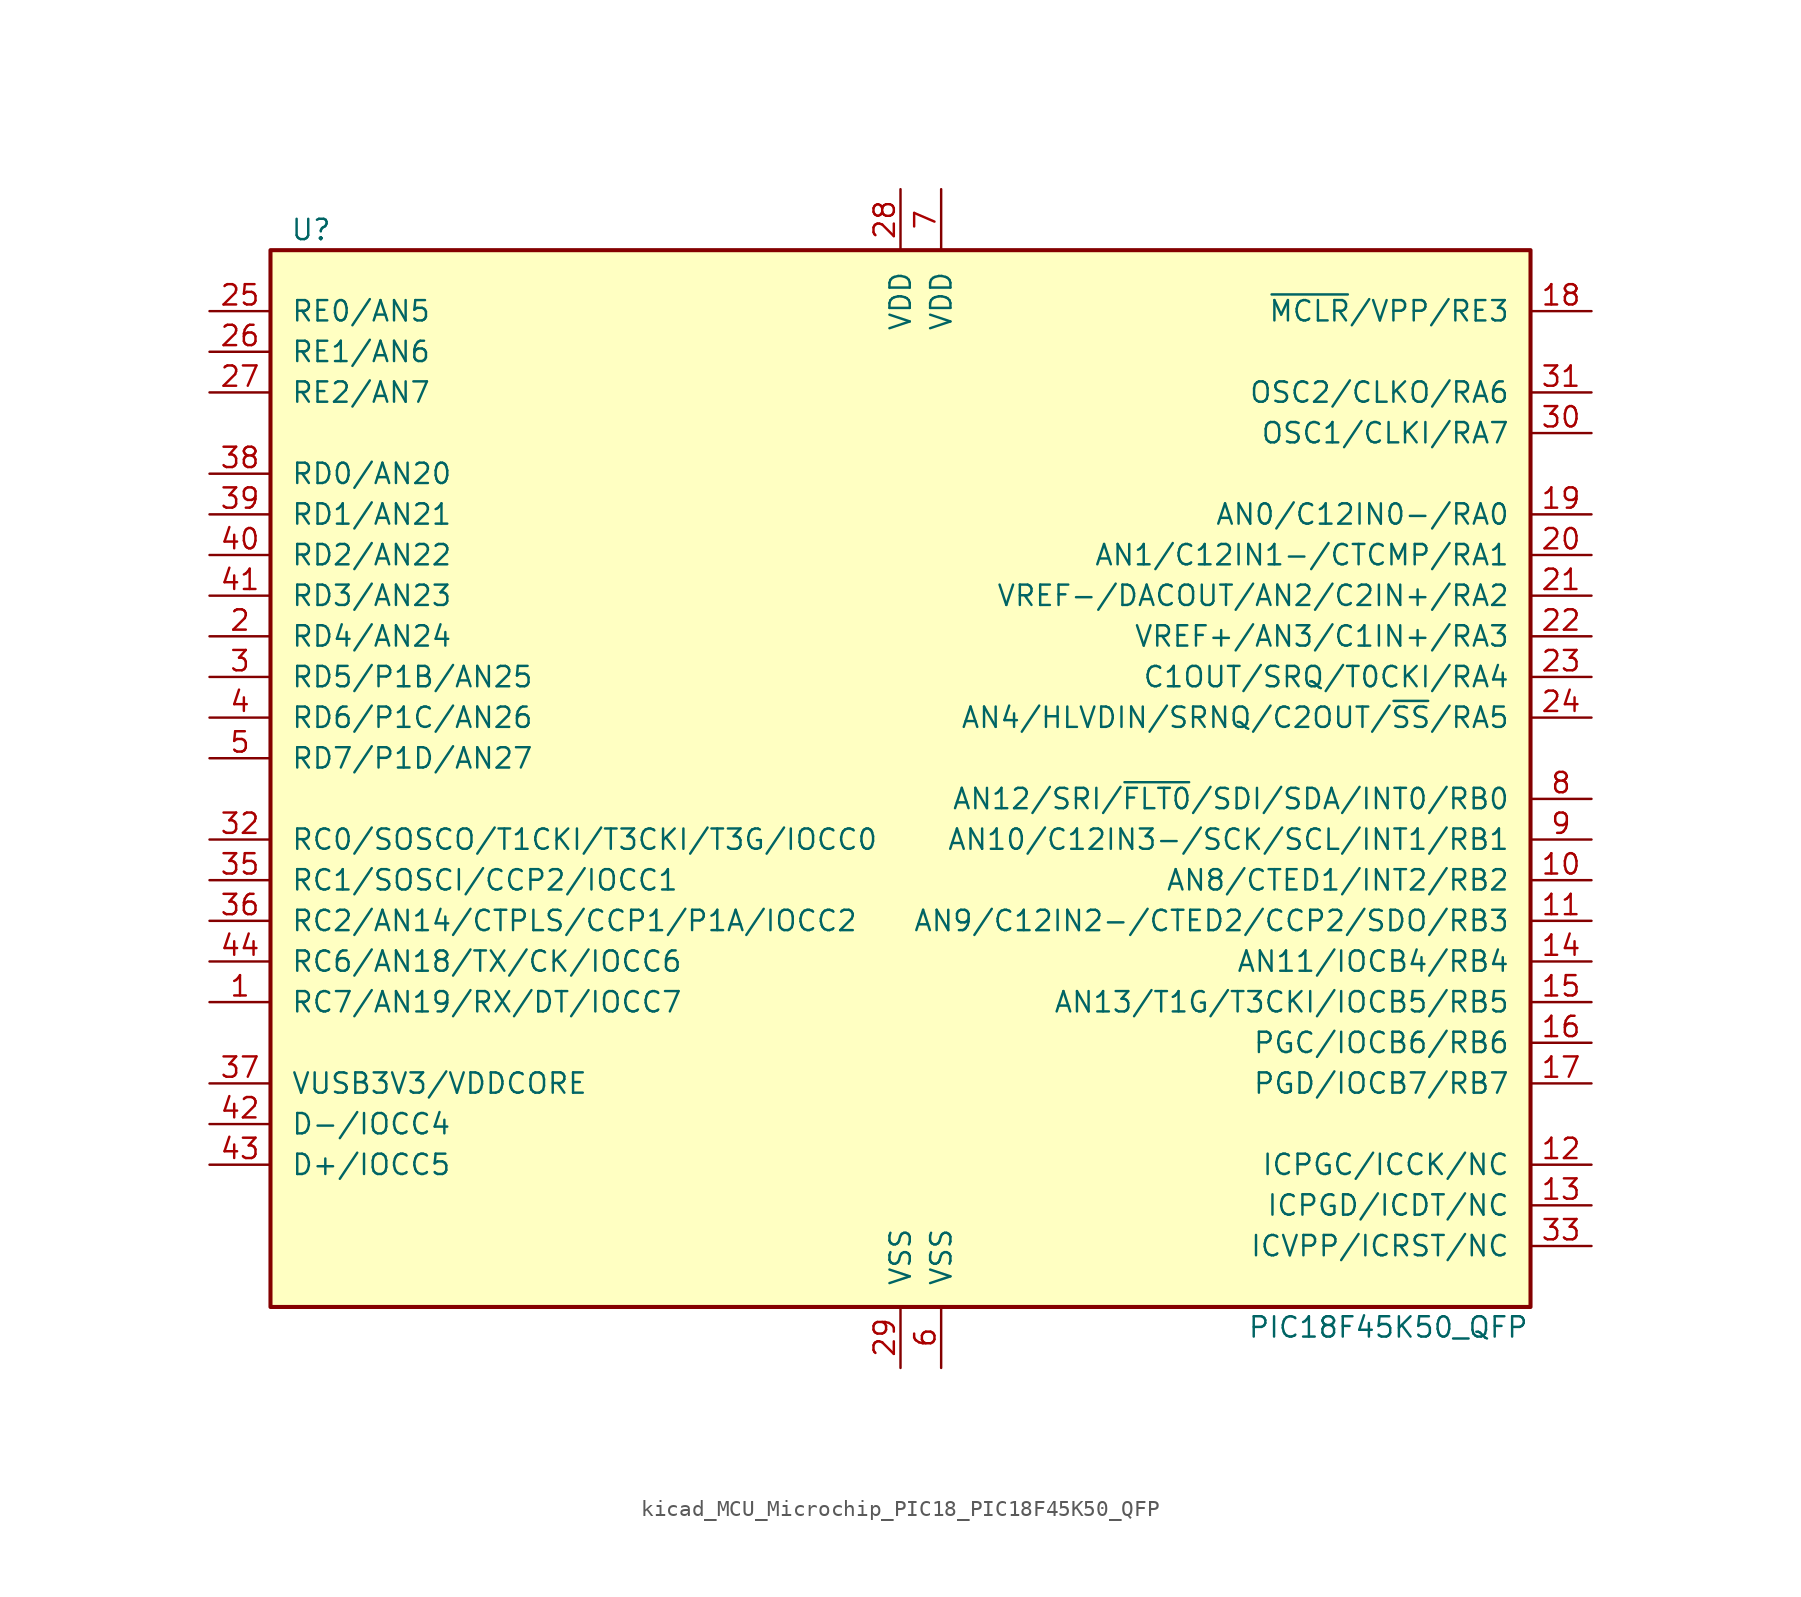
<source format=kicad_sym>
(kicad_symbol_lib
  (version 20220914)
  (generator kicad_symbol_editor)
  (symbol "kicad_MCU_Microchip_PIC18_PIC18F45K50_QFP"
    (pin_names
      (offset 1.27))
    (property "Reference" "U"
      (at -36.83 33.02 0)
      (effects (font (size 1.27 1.27))))
    (property "Value" "PIC18F45K50_QFP"
      (at 30.48 -35.56 0)
      (effects (font (size 1.27 1.27))))
    (symbol "kicad_MCU_Microchip_PIC18_PIC18F45K50_QFP_0_1"
      (rectangle (start -39.37 31.75) (end 39.37 -34.29) (stroke (width 0.254) (type default)) (fill (type background))))
    (symbol "kicad_MCU_Microchip_PIC18_PIC18F45K50_QFP_1_1"
      (pin bidirectional line (at -43.18 -15.24 0) (length 3.81) (name "RC7/AN19/RX/DT/IOCC7" (effects (font (size 1.27 1.27)))) (number "1" (effects (font (size 1.27 1.27)))))
      (pin bidirectional line (at 43.18 -7.62 180) (length 3.81) (name "AN8/CTED1/INT2/RB2" (effects (font (size 1.27 1.27)))) (number "10" (effects (font (size 1.27 1.27)))))
      (pin bidirectional line (at 43.18 -10.16 180) (length 3.81) (name "AN9/C12IN2-/CTED2/CCP2/SDO/RB3" (effects (font (size 1.27 1.27)))) (number "11" (effects (font (size 1.27 1.27)))))
      (pin bidirectional line (at 43.18 -25.4 180) (length 3.81) (name "ICPGC/ICCK/NC" (effects (font (size 1.27 1.27)))) (number "12" (effects (font (size 1.27 1.27)))))
      (pin bidirectional line (at 43.18 -27.94 180) (length 3.81) (name "ICPGD/ICDT/NC" (effects (font (size 1.27 1.27)))) (number "13" (effects (font (size 1.27 1.27)))))
      (pin bidirectional line (at 43.18 -12.7 180) (length 3.81) (name "AN11/IOCB4/RB4" (effects (font (size 1.27 1.27)))) (number "14" (effects (font (size 1.27 1.27)))))
      (pin bidirectional line (at 43.18 -15.24 180) (length 3.81) (name "AN13/T1G/T3CKI/IOCB5/RB5" (effects (font (size 1.27 1.27)))) (number "15" (effects (font (size 1.27 1.27)))))
      (pin bidirectional line (at 43.18 -17.78 180) (length 3.81) (name "PGC/IOCB6/RB6" (effects (font (size 1.27 1.27)))) (number "16" (effects (font (size 1.27 1.27)))))
      (pin bidirectional line (at 43.18 -20.32 180) (length 3.81) (name "PGD/IOCB7/RB7" (effects (font (size 1.27 1.27)))) (number "17" (effects (font (size 1.27 1.27)))))
      (pin input line (at 43.18 27.94 180) (length 3.81) (name "~{MCLR}/VPP/RE3" (effects (font (size 1.27 1.27)))) (number "18" (effects (font (size 1.27 1.27)))))
      (pin bidirectional line (at 43.18 15.24 180) (length 3.81) (name "AN0/C12IN0-/RA0" (effects (font (size 1.27 1.27)))) (number "19" (effects (font (size 1.27 1.27)))))
      (pin bidirectional line (at -43.18 7.62 0) (length 3.81) (name "RD4/AN24" (effects (font (size 1.27 1.27)))) (number "2" (effects (font (size 1.27 1.27)))))
      (pin bidirectional line (at 43.18 12.7 180) (length 3.81) (name "AN1/C12IN1-/CTCMP/RA1" (effects (font (size 1.27 1.27)))) (number "20" (effects (font (size 1.27 1.27)))))
      (pin bidirectional line (at 43.18 10.16 180) (length 3.81) (name "VREF-/DACOUT/AN2/C2IN+/RA2" (effects (font (size 1.27 1.27)))) (number "21" (effects (font (size 1.27 1.27)))))
      (pin bidirectional line (at 43.18 7.62 180) (length 3.81) (name "VREF+/AN3/C1IN+/RA3" (effects (font (size 1.27 1.27)))) (number "22" (effects (font (size 1.27 1.27)))))
      (pin bidirectional line (at 43.18 5.08 180) (length 3.81) (name "C1OUT/SRQ/T0CKI/RA4" (effects (font (size 1.27 1.27)))) (number "23" (effects (font (size 1.27 1.27)))))
      (pin bidirectional line (at 43.18 2.54 180) (length 3.81) (name "AN4/HLVDIN/SRNQ/C2OUT/~{SS}/RA5" (effects (font (size 1.27 1.27)))) (number "24" (effects (font (size 1.27 1.27)))))
      (pin bidirectional line (at -43.18 27.94 0) (length 3.81) (name "RE0/AN5" (effects (font (size 1.27 1.27)))) (number "25" (effects (font (size 1.27 1.27)))))
      (pin bidirectional line (at -43.18 25.4 0) (length 3.81) (name "RE1/AN6" (effects (font (size 1.27 1.27)))) (number "26" (effects (font (size 1.27 1.27)))))
      (pin bidirectional line (at -43.18 22.86 0) (length 3.81) (name "RE2/AN7" (effects (font (size 1.27 1.27)))) (number "27" (effects (font (size 1.27 1.27)))))
      (pin power_in line (at 0 35.56 270) (length 3.81) (name "VDD" (effects (font (size 1.27 1.27)))) (number "28" (effects (font (size 1.27 1.27)))))
      (pin power_in line (at 0 -38.1 90) (length 3.81) (name "VSS" (effects (font (size 1.27 1.27)))) (number "29" (effects (font (size 1.27 1.27)))))
      (pin bidirectional line (at -43.18 5.08 0) (length 3.81) (name "RD5/P1B/AN25" (effects (font (size 1.27 1.27)))) (number "3" (effects (font (size 1.27 1.27)))))
      (pin bidirectional line (at 43.18 20.32 180) (length 3.81) (name "OSC1/CLKI/RA7" (effects (font (size 1.27 1.27)))) (number "30" (effects (font (size 1.27 1.27)))))
      (pin bidirectional line (at 43.18 22.86 180) (length 3.81) (name "OSC2/CLKO/RA6" (effects (font (size 1.27 1.27)))) (number "31" (effects (font (size 1.27 1.27)))))
      (pin bidirectional line (at -43.18 -5.08 0) (length 3.81) (name "RC0/SOSCO/T1CKI/T3CKI/T3G/IOCC0" (effects (font (size 1.27 1.27)))) (number "32" (effects (font (size 1.27 1.27)))))
      (pin bidirectional line (at 43.18 -30.48 180) (length 3.81) (name "ICVPP/ICRST/NC" (effects (font (size 1.27 1.27)))) (number "33" (effects (font (size 1.27 1.27)))))
      (pin no_connect line (at -17.78 -34.29 90) (length 3.81) hide (name "NC" (effects (font (size 1.27 1.27)))) (number "34" (effects (font (size 1.27 1.27)))))
      (pin bidirectional line (at -43.18 -7.62 0) (length 3.81) (name "RC1/SOSCI/CCP2/IOCC1" (effects (font (size 1.27 1.27)))) (number "35" (effects (font (size 1.27 1.27)))))
      (pin bidirectional line (at -43.18 -10.16 0) (length 3.81) (name "RC2/AN14/CTPLS/CCP1/P1A/IOCC2" (effects (font (size 1.27 1.27)))) (number "36" (effects (font (size 1.27 1.27)))))
      (pin power_in line (at -43.18 -20.32 0) (length 3.81) (name "VUSB3V3/VDDCORE" (effects (font (size 1.27 1.27)))) (number "37" (effects (font (size 1.27 1.27)))))
      (pin bidirectional line (at -43.18 17.78 0) (length 3.81) (name "RD0/AN20" (effects (font (size 1.27 1.27)))) (number "38" (effects (font (size 1.27 1.27)))))
      (pin bidirectional line (at -43.18 15.24 0) (length 3.81) (name "RD1/AN21" (effects (font (size 1.27 1.27)))) (number "39" (effects (font (size 1.27 1.27)))))
      (pin bidirectional line (at -43.18 2.54 0) (length 3.81) (name "RD6/P1C/AN26" (effects (font (size 1.27 1.27)))) (number "4" (effects (font (size 1.27 1.27)))))
      (pin bidirectional line (at -43.18 12.7 0) (length 3.81) (name "RD2/AN22" (effects (font (size 1.27 1.27)))) (number "40" (effects (font (size 1.27 1.27)))))
      (pin bidirectional line (at -43.18 10.16 0) (length 3.81) (name "RD3/AN23" (effects (font (size 1.27 1.27)))) (number "41" (effects (font (size 1.27 1.27)))))
      (pin bidirectional line (at -43.18 -22.86 0) (length 3.81) (name "D-/IOCC4" (effects (font (size 1.27 1.27)))) (number "42" (effects (font (size 1.27 1.27)))))
      (pin bidirectional line (at -43.18 -25.4 0) (length 3.81) (name "D+/IOCC5" (effects (font (size 1.27 1.27)))) (number "43" (effects (font (size 1.27 1.27)))))
      (pin bidirectional line (at -43.18 -12.7 0) (length 3.81) (name "RC6/AN18/TX/CK/IOCC6" (effects (font (size 1.27 1.27)))) (number "44" (effects (font (size 1.27 1.27)))))
      (pin bidirectional line (at -43.18 0 0) (length 3.81) (name "RD7/P1D/AN27" (effects (font (size 1.27 1.27)))) (number "5" (effects (font (size 1.27 1.27)))))
      (pin power_in line (at 2.54 -38.1 90) (length 3.81) (name "VSS" (effects (font (size 1.27 1.27)))) (number "6" (effects (font (size 1.27 1.27)))))
      (pin power_in line (at 2.54 35.56 270) (length 3.81) (name "VDD" (effects (font (size 1.27 1.27)))) (number "7" (effects (font (size 1.27 1.27)))))
      (pin bidirectional line (at 43.18 -2.54 180) (length 3.81) (name "AN12/SRI/~{FLT0}/SDI/SDA/INT0/RB0" (effects (font (size 1.27 1.27)))) (number "8" (effects (font (size 1.27 1.27)))))
      (pin bidirectional line (at 43.18 -5.08 180) (length 3.81) (name "AN10/C12IN3-/SCK/SCL/INT1/RB1" (effects (font (size 1.27 1.27)))) (number "9" (effects (font (size 1.27 1.27))))))))
</source>
